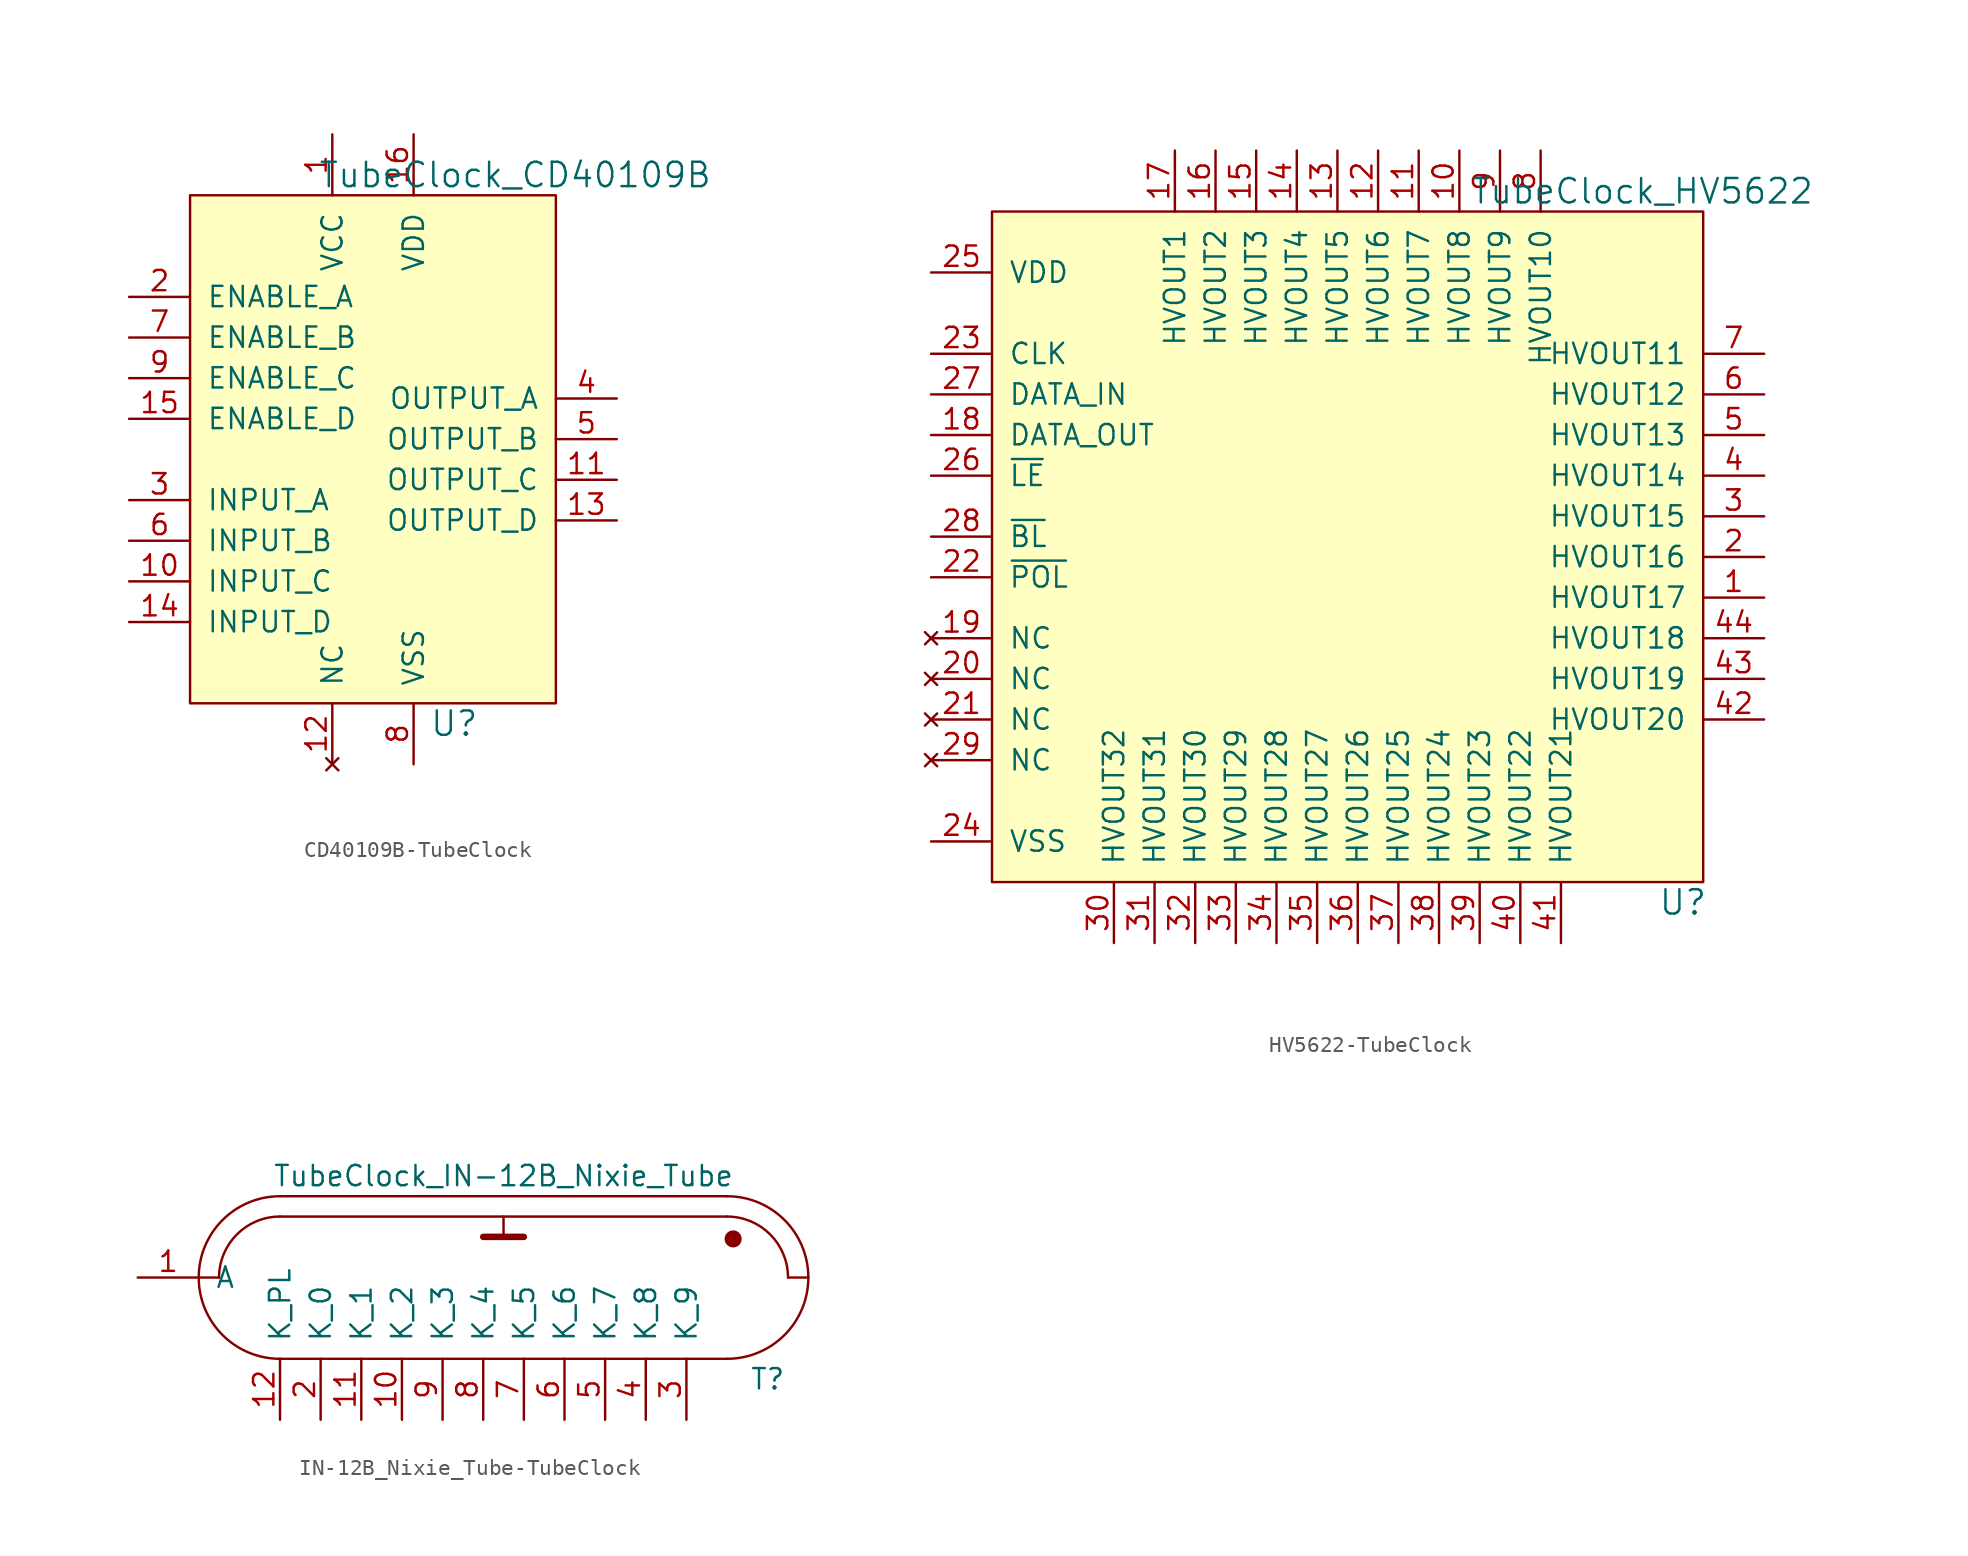
<source format=kicad_sym>
(kicad_symbol_lib
  (version 20231120)
  (generator "kicad_symbol_editor")
  (generator_version "8.0")
  (symbol "CD40109B-TubeClock"
    (pin_names
      (offset 1.016))
    (property "Reference" "U"
      (at 5.08 -16.51 0)
      (effects (font (size 1.524 1.524))))
    (property "Value" "TubeClock_CD40109B"
      (at 8.89 17.78 0)
      (effects (font (size 1.524 1.524))))
    (property "Footprint" ""
      (at 2.54 12.7 0)
      (effects (font (size 1.524 1.524))))
    (property "Datasheet" ""
      (at 2.54 12.7 0)
      (effects (font (size 1.524 1.524))))
    (symbol "CD40109B-TubeClock_0_1"
      (rectangle (start -11.43 -15.24) (end 11.43 16.51) (stroke (width 0) (type solid)) (fill (type background))))
    (symbol "CD40109B-TubeClock_1_1"
      (pin power_in line (at -2.54 20.32 270) (length 3.81) (name "VCC" (effects (font (size 1.27 1.27)))) (number "1" (effects (font (size 1.27 1.27)))))
      (pin input line (at -15.24 -7.62 0) (length 3.81) (name "INPUT_C" (effects (font (size 1.27 1.27)))) (number "10" (effects (font (size 1.27 1.27)))))
      (pin output line (at 15.24 -1.27 180) (length 3.81) (name "OUTPUT_C" (effects (font (size 1.27 1.27)))) (number "11" (effects (font (size 1.27 1.27)))))
      (pin no_connect line (at -2.54 -19.05 90) (length 3.81) (name "NC" (effects (font (size 1.27 1.27)))) (number "12" (effects (font (size 1.27 1.27)))))
      (pin output line (at 15.24 -3.81 180) (length 3.81) (name "OUTPUT_D" (effects (font (size 1.27 1.27)))) (number "13" (effects (font (size 1.27 1.27)))))
      (pin input line (at -15.24 -10.16 0) (length 3.81) (name "INPUT_D" (effects (font (size 1.27 1.27)))) (number "14" (effects (font (size 1.27 1.27)))))
      (pin input line (at -15.24 2.54 0) (length 3.81) (name "ENABLE_D" (effects (font (size 1.27 1.27)))) (number "15" (effects (font (size 1.27 1.27)))))
      (pin power_in line (at 2.54 20.32 270) (length 3.81) (name "VDD" (effects (font (size 1.27 1.27)))) (number "16" (effects (font (size 1.27 1.27)))))
      (pin input line (at -15.24 10.16 0) (length 3.81) (name "ENABLE_A" (effects (font (size 1.27 1.27)))) (number "2" (effects (font (size 1.27 1.27)))))
      (pin input line (at -15.24 -2.54 0) (length 3.81) (name "INPUT_A" (effects (font (size 1.27 1.27)))) (number "3" (effects (font (size 1.27 1.27)))))
      (pin output line (at 15.24 3.81 180) (length 3.81) (name "OUTPUT_A" (effects (font (size 1.27 1.27)))) (number "4" (effects (font (size 1.27 1.27)))))
      (pin output line (at 15.24 1.27 180) (length 3.81) (name "OUTPUT_B" (effects (font (size 1.27 1.27)))) (number "5" (effects (font (size 1.27 1.27)))))
      (pin input line (at -15.24 -5.08 0) (length 3.81) (name "INPUT_B" (effects (font (size 1.27 1.27)))) (number "6" (effects (font (size 1.27 1.27)))))
      (pin input line (at -15.24 7.62 0) (length 3.81) (name "ENABLE_B" (effects (font (size 1.27 1.27)))) (number "7" (effects (font (size 1.27 1.27)))))
      (pin power_in line (at 2.54 -19.05 90) (length 3.81) (name "VSS" (effects (font (size 1.27 1.27)))) (number "8" (effects (font (size 1.27 1.27)))))
      (pin input line (at -15.24 5.08 0) (length 3.81) (name "ENABLE_C" (effects (font (size 1.27 1.27)))) (number "9" (effects (font (size 1.27 1.27)))))))
  (symbol "HV5622-TubeClock"
    (pin_names
      (offset 1.016))
    (property "Reference" "U"
      (at 20.32 -22.86 0)
      (effects (font (size 1.524 1.524))))
    (property "Value" "TubeClock_HV5622"
      (at 17.78 21.59 0)
      (effects (font (size 1.524 1.524))))
    (property "Footprint" ""
      (at -1.27 11.43 90)
      (effects (font (size 1.524 1.524))))
    (property "Datasheet" ""
      (at -1.27 11.43 90)
      (effects (font (size 1.524 1.524))))
    (symbol "HV5622-TubeClock_0_1"
      (rectangle (start -22.86 -21.59) (end 21.59 20.32) (stroke (width 0) (type solid)) (fill (type background))))
    (symbol "HV5622-TubeClock_1_1"
      (pin output line (at 25.4 -3.81 180) (length 3.81) (name "HVOUT17" (effects (font (size 1.27 1.27)))) (number "1" (effects (font (size 1.27 1.27)))))
      (pin output line (at 6.35 24.13 270) (length 3.81) (name "HVOUT8" (effects (font (size 1.27 1.27)))) (number "10" (effects (font (size 1.27 1.27)))))
      (pin output line (at 3.81 24.13 270) (length 3.81) (name "HVOUT7" (effects (font (size 1.27 1.27)))) (number "11" (effects (font (size 1.27 1.27)))))
      (pin output line (at 1.27 24.13 270) (length 3.81) (name "HVOUT6" (effects (font (size 1.27 1.27)))) (number "12" (effects (font (size 1.27 1.27)))))
      (pin output line (at -1.27 24.13 270) (length 3.81) (name "HVOUT5" (effects (font (size 1.27 1.27)))) (number "13" (effects (font (size 1.27 1.27)))))
      (pin output line (at -3.81 24.13 270) (length 3.81) (name "HVOUT4" (effects (font (size 1.27 1.27)))) (number "14" (effects (font (size 1.27 1.27)))))
      (pin output line (at -6.35 24.13 270) (length 3.81) (name "HVOUT3" (effects (font (size 1.27 1.27)))) (number "15" (effects (font (size 1.27 1.27)))))
      (pin output line (at -8.89 24.13 270) (length 3.81) (name "HVOUT2" (effects (font (size 1.27 1.27)))) (number "16" (effects (font (size 1.27 1.27)))))
      (pin output line (at -11.43 24.13 270) (length 3.81) (name "HVOUT1" (effects (font (size 1.27 1.27)))) (number "17" (effects (font (size 1.27 1.27)))))
      (pin output line (at -26.67 6.35 0) (length 3.81) (name "DATA_OUT" (effects (font (size 1.27 1.27)))) (number "18" (effects (font (size 1.27 1.27)))))
      (pin no_connect line (at -26.67 -6.35 0) (length 3.81) (name "NC" (effects (font (size 1.27 1.27)))) (number "19" (effects (font (size 1.27 1.27)))))
      (pin output line (at 25.4 -1.27 180) (length 3.81) (name "HVOUT16" (effects (font (size 1.27 1.27)))) (number "2" (effects (font (size 1.27 1.27)))))
      (pin no_connect line (at -26.67 -8.89 0) (length 3.81) (name "NC" (effects (font (size 1.27 1.27)))) (number "20" (effects (font (size 1.27 1.27)))))
      (pin no_connect line (at -26.67 -11.43 0) (length 3.81) (name "NC" (effects (font (size 1.27 1.27)))) (number "21" (effects (font (size 1.27 1.27)))))
      (pin input line (at -26.67 -2.54 0) (length 3.81) (name "~{POL}" (effects (font (size 1.27 1.27)))) (number "22" (effects (font (size 1.27 1.27)))))
      (pin input line (at -26.67 11.43 0) (length 3.81) (name "CLK" (effects (font (size 1.27 1.27)))) (number "23" (effects (font (size 1.27 1.27)))))
      (pin power_in line (at -26.67 -19.05 0) (length 3.81) (name "VSS" (effects (font (size 1.27 1.27)))) (number "24" (effects (font (size 1.27 1.27)))))
      (pin power_in line (at -26.67 16.51 0) (length 3.81) (name "VDD" (effects (font (size 1.27 1.27)))) (number "25" (effects (font (size 1.27 1.27)))))
      (pin input line (at -26.67 3.81 0) (length 3.81) (name "~{LE}" (effects (font (size 1.27 1.27)))) (number "26" (effects (font (size 1.27 1.27)))))
      (pin input line (at -26.67 8.89 0) (length 3.81) (name "DATA_IN" (effects (font (size 1.27 1.27)))) (number "27" (effects (font (size 1.27 1.27)))))
      (pin input line (at -26.67 0 0) (length 3.81) (name "~{BL}" (effects (font (size 1.27 1.27)))) (number "28" (effects (font (size 1.27 1.27)))))
      (pin no_connect line (at -26.67 -13.97 0) (length 3.81) (name "NC" (effects (font (size 1.27 1.27)))) (number "29" (effects (font (size 1.27 1.27)))))
      (pin output line (at 25.4 1.27 180) (length 3.81) (name "HVOUT15" (effects (font (size 1.27 1.27)))) (number "3" (effects (font (size 1.27 1.27)))))
      (pin output line (at -15.24 -25.4 90) (length 3.81) (name "HVOUT32" (effects (font (size 1.27 1.27)))) (number "30" (effects (font (size 1.27 1.27)))))
      (pin output line (at -12.7 -25.4 90) (length 3.81) (name "HVOUT31" (effects (font (size 1.27 1.27)))) (number "31" (effects (font (size 1.27 1.27)))))
      (pin output line (at -10.16 -25.4 90) (length 3.81) (name "HVOUT30" (effects (font (size 1.27 1.27)))) (number "32" (effects (font (size 1.27 1.27)))))
      (pin output line (at -7.62 -25.4 90) (length 3.81) (name "HVOUT29" (effects (font (size 1.27 1.27)))) (number "33" (effects (font (size 1.27 1.27)))))
      (pin output line (at -5.08 -25.4 90) (length 3.81) (name "HVOUT28" (effects (font (size 1.27 1.27)))) (number "34" (effects (font (size 1.27 1.27)))))
      (pin output line (at -2.54 -25.4 90) (length 3.81) (name "HVOUT27" (effects (font (size 1.27 1.27)))) (number "35" (effects (font (size 1.27 1.27)))))
      (pin output line (at 0 -25.4 90) (length 3.81) (name "HVOUT26" (effects (font (size 1.27 1.27)))) (number "36" (effects (font (size 1.27 1.27)))))
      (pin output line (at 2.54 -25.4 90) (length 3.81) (name "HVOUT25" (effects (font (size 1.27 1.27)))) (number "37" (effects (font (size 1.27 1.27)))))
      (pin output line (at 5.08 -25.4 90) (length 3.81) (name "HVOUT24" (effects (font (size 1.27 1.27)))) (number "38" (effects (font (size 1.27 1.27)))))
      (pin output line (at 7.62 -25.4 90) (length 3.81) (name "HVOUT23" (effects (font (size 1.27 1.27)))) (number "39" (effects (font (size 1.27 1.27)))))
      (pin output line (at 25.4 3.81 180) (length 3.81) (name "HVOUT14" (effects (font (size 1.27 1.27)))) (number "4" (effects (font (size 1.27 1.27)))))
      (pin output line (at 10.16 -25.4 90) (length 3.81) (name "HVOUT22" (effects (font (size 1.27 1.27)))) (number "40" (effects (font (size 1.27 1.27)))))
      (pin output line (at 12.7 -25.4 90) (length 3.81) (name "HVOUT21" (effects (font (size 1.27 1.27)))) (number "41" (effects (font (size 1.27 1.27)))))
      (pin output line (at 25.4 -11.43 180) (length 3.81) (name "HVOUT20" (effects (font (size 1.27 1.27)))) (number "42" (effects (font (size 1.27 1.27)))))
      (pin output line (at 25.4 -8.89 180) (length 3.81) (name "HVOUT19" (effects (font (size 1.27 1.27)))) (number "43" (effects (font (size 1.27 1.27)))))
      (pin output line (at 25.4 -6.35 180) (length 3.81) (name "HVOUT18" (effects (font (size 1.27 1.27)))) (number "44" (effects (font (size 1.27 1.27)))))
      (pin output line (at 25.4 6.35 180) (length 3.81) (name "HVOUT13" (effects (font (size 1.27 1.27)))) (number "5" (effects (font (size 1.27 1.27)))))
      (pin output line (at 25.4 8.89 180) (length 3.81) (name "HVOUT12" (effects (font (size 1.27 1.27)))) (number "6" (effects (font (size 1.27 1.27)))))
      (pin output line (at 25.4 11.43 180) (length 3.81) (name "HVOUT11" (effects (font (size 1.27 1.27)))) (number "7" (effects (font (size 1.27 1.27)))))
      (pin output line (at 11.43 24.13 270) (length 3.81) (name "HVOUT10" (effects (font (size 1.27 1.27)))) (number "8" (effects (font (size 1.27 1.27)))))
      (pin output line (at 8.89 24.13 270) (length 3.81) (name "HVOUT9" (effects (font (size 1.27 1.27)))) (number "9" (effects (font (size 1.27 1.27)))))))
  (symbol "IN-12B_Nixie_Tube-TubeClock"
    (pin_names
      (offset 1.016))
    (property "Reference" "T"
      (at 16.51 -6.35 0)
      (effects (font (size 1.27 1.27))))
    (property "Value" "TubeClock_IN-12B_Nixie_Tube"
      (at 0 6.35 0)
      (effects (font (size 1.27 1.27))))
    (symbol "IN-12B_Nixie_Tube-TubeClock_0_0"
      (polyline (pts (xy -13.97 -5.08) (xy 13.97 -5.08)) (stroke (width 0) (type solid)) (fill (type none)))
      (polyline (pts (xy 13.97 3.81) (xy -13.97 3.81)) (stroke (width 0) (type solid)) (fill (type none)))
      (polyline (pts (xy 13.97 5.08) (xy -13.97 5.08)) (stroke (width 0) (type solid)) (fill (type none)))
      (circle (center 14.351 2.413) (radius 0.457) (stroke (width 0) (type solid)) (fill (type outline))))
    (symbol "IN-12B_Nixie_Tube-TubeClock_0_1"
      (arc (start -13.97 3.81) (mid -16.6641 2.6941) (end -17.78 0) (stroke (width 0) (type solid)) (fill (type none)))
      (arc (start -13.97 5.08) (mid -19.05 0) (end -13.97 -5.08) (stroke (width 0) (type solid)) (fill (type none)))
      (polyline (pts (xy -19.05 0) (xy -17.78 0)) (stroke (width 0) (type solid)) (fill (type none)))
      (polyline (pts (xy -1.27 2.54) (xy 1.27 2.54)) (stroke (width 0.406) (type solid)) (fill (type none)))
      (polyline (pts (xy 0 3.81) (xy 0 2.54)) (stroke (width 0) (type solid)) (fill (type none)))
      (polyline (pts (xy 17.78 0) (xy 19.05 0)) (stroke (width 0) (type solid)) (fill (type none)))
      (arc (start 13.97 -5.08) (mid 19.05 0) (end 13.97 5.08) (stroke (width 0) (type solid)) (fill (type none)))
      (arc (start 17.78 0) (mid 16.6641 2.6941) (end 13.97 3.81) (stroke (width 0) (type solid)) (fill (type none))))
    (symbol "IN-12B_Nixie_Tube-TubeClock_1_1"
      (pin power_in line (at -22.86 0 0) (length 3.81) (name "A" (effects (font (size 1.27 1.27)))) (number "1" (effects (font (size 1.27 1.27)))))
      (pin power_in line (at -6.35 -8.89 90) (length 3.81) (name "K_2" (effects (font (size 1.27 1.27)))) (number "10" (effects (font (size 1.27 1.27)))))
      (pin power_in line (at -8.89 -8.89 90) (length 3.81) (name "K_1" (effects (font (size 1.27 1.27)))) (number "11" (effects (font (size 1.27 1.27)))))
      (pin power_in line (at -13.97 -8.89 90) (length 3.81) (name "K_PL" (effects (font (size 1.27 1.27)))) (number "12" (effects (font (size 1.27 1.27)))))
      (pin power_in line (at -11.43 -8.89 90) (length 3.81) (name "K_0" (effects (font (size 1.27 1.27)))) (number "2" (effects (font (size 1.27 1.27)))))
      (pin power_in line (at 11.43 -8.89 90) (length 3.81) (name "K_9" (effects (font (size 1.27 1.27)))) (number "3" (effects (font (size 1.27 1.27)))))
      (pin power_in line (at 8.89 -8.89 90) (length 3.81) (name "K_8" (effects (font (size 1.27 1.27)))) (number "4" (effects (font (size 1.27 1.27)))))
      (pin power_in line (at 6.35 -8.89 90) (length 3.81) (name "K_7" (effects (font (size 1.27 1.27)))) (number "5" (effects (font (size 1.27 1.27)))))
      (pin power_in line (at 3.81 -8.89 90) (length 3.81) (name "K_6" (effects (font (size 1.27 1.27)))) (number "6" (effects (font (size 1.27 1.27)))))
      (pin power_in line (at 1.27 -8.89 90) (length 3.81) (name "K_5" (effects (font (size 1.27 1.27)))) (number "7" (effects (font (size 1.27 1.27)))))
      (pin power_in line (at -1.27 -8.89 90) (length 3.81) (name "K_4" (effects (font (size 1.27 1.27)))) (number "8" (effects (font (size 1.27 1.27)))))
      (pin power_in line (at -3.81 -8.89 90) (length 3.81) (name "K_3" (effects (font (size 1.27 1.27)))) (number "9" (effects (font (size 1.27 1.27))))))))
</source>
